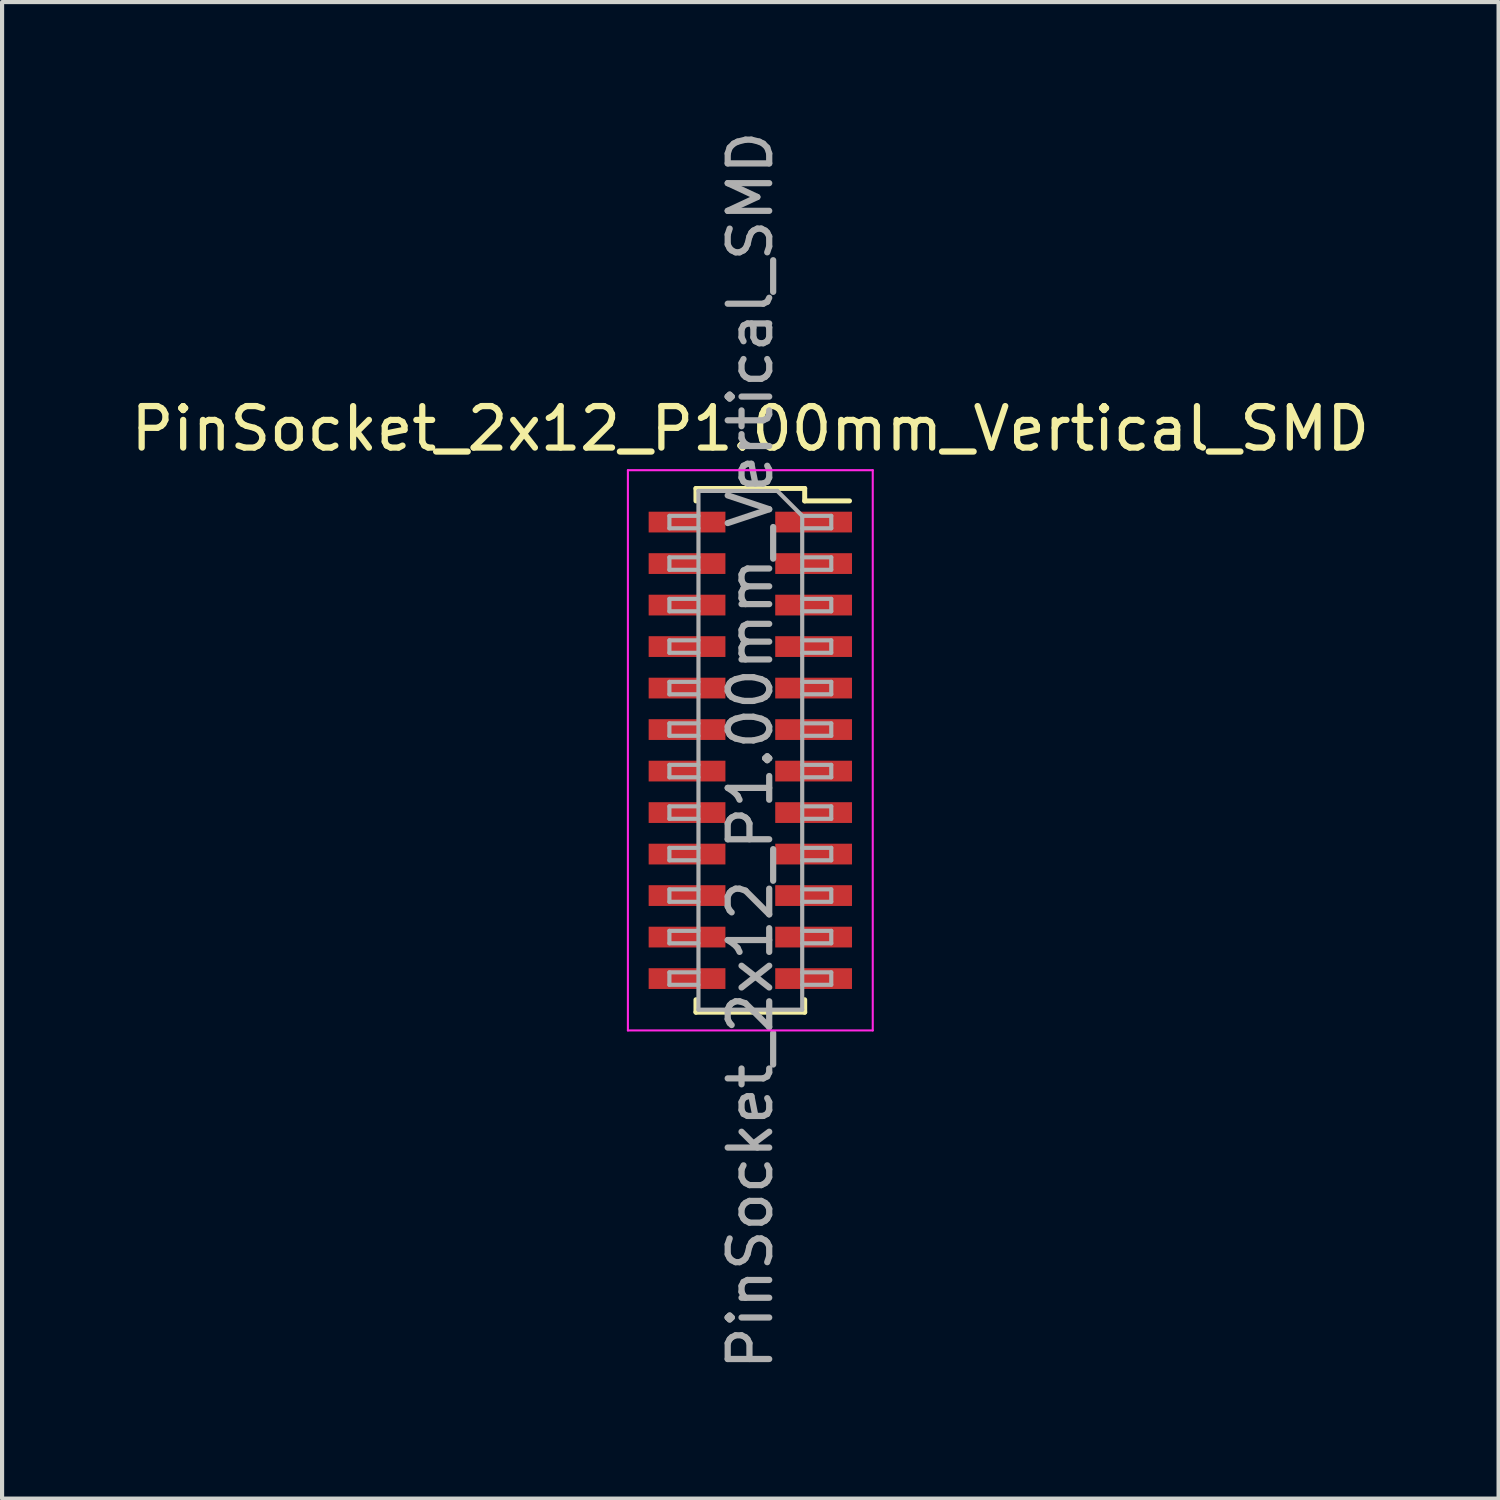
<source format=kicad_pcb>
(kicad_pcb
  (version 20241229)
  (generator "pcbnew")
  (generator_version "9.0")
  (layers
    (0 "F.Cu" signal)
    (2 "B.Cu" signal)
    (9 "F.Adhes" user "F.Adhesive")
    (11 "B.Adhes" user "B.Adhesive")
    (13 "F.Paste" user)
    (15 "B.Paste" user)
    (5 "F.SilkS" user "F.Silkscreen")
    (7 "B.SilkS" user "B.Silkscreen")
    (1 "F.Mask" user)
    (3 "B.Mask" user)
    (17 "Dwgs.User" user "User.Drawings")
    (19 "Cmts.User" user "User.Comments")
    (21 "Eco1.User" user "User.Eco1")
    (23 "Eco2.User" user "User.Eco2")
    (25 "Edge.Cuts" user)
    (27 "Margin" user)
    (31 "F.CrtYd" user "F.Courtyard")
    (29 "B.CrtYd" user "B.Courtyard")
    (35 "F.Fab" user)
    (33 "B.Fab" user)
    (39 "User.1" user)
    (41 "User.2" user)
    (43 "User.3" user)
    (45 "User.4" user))
  (footprint "PinSocket_2x12_P1.00mm_Vertical_SMD"
    (layer "F.Cu")
    (at 15.03 15.03)
    (property "Reference" "PinSocket_2x12_P1.00mm_Vertical_SMD" (at 0 -7.75 0) (layer "F.SilkS") (effects (font (size 1 1) (thickness 0.15))))
    (attr smd)
    (fp_line (start -1.31 -6.31) (end -1.31 -6.01) (stroke (width 0.12) (type solid)) (layer "F.SilkS"))
    (fp_line (start -1.31 -6.31) (end 1.31 -6.31) (stroke (width 0.12) (type solid)) (layer "F.SilkS"))
    (fp_line (start -1.31 6.01) (end -1.31 6.31) (stroke (width 0.12) (type solid)) (layer "F.SilkS"))
    (fp_line (start -1.31 6.31) (end 1.31 6.31) (stroke (width 0.12) (type solid)) (layer "F.SilkS"))
    (fp_line (start 1.31 -6.31) (end 1.31 -6.01) (stroke (width 0.12) (type solid)) (layer "F.SilkS"))
    (fp_line (start 1.31 -6.01) (end 2.39 -6.01) (stroke (width 0.12) (type solid)) (layer "F.SilkS"))
    (fp_line (start 1.31 6.01) (end 1.31 6.31) (stroke (width 0.12) (type solid)) (layer "F.SilkS"))
    (fp_line (start -2.95 -6.75) (end 2.95 -6.75) (stroke (width 0.05) (type solid)) (layer "F.CrtYd"))
    (fp_line (start -2.95 6.75) (end -2.95 -6.75) (stroke (width 0.05) (type solid)) (layer "F.CrtYd"))
    (fp_line (start 2.95 -6.75) (end 2.95 6.75) (stroke (width 0.05) (type solid)) (layer "F.CrtYd"))
    (fp_line (start 2.95 6.75) (end -2.95 6.75) (stroke (width 0.05) (type solid)) (layer "F.CrtYd"))
    (fp_line (start -1.95 -5.65) (end -1.25 -5.65) (stroke (width 0.1) (type solid)) (layer "F.Fab"))
    (fp_line (start -1.95 -5.35) (end -1.95 -5.65) (stroke (width 0.1) (type solid)) (layer "F.Fab"))
    (fp_line (start -1.95 -4.65) (end -1.25 -4.65) (stroke (width 0.1) (type solid)) (layer "F.Fab"))
    (fp_line (start -1.95 -4.35) (end -1.95 -4.65) (stroke (width 0.1) (type solid)) (layer "F.Fab"))
    (fp_line (start -1.95 -3.65) (end -1.25 -3.65) (stroke (width 0.1) (type solid)) (layer "F.Fab"))
    (fp_line (start -1.95 -3.35) (end -1.95 -3.65) (stroke (width 0.1) (type solid)) (layer "F.Fab"))
    (fp_line (start -1.95 -2.65) (end -1.25 -2.65) (stroke (width 0.1) (type solid)) (layer "F.Fab"))
    (fp_line (start -1.95 -2.35) (end -1.95 -2.65) (stroke (width 0.1) (type solid)) (layer "F.Fab"))
    (fp_line (start -1.95 -1.65) (end -1.25 -1.65) (stroke (width 0.1) (type solid)) (layer "F.Fab"))
    (fp_line (start -1.95 -1.35) (end -1.95 -1.65) (stroke (width 0.1) (type solid)) (layer "F.Fab"))
    (fp_line (start -1.95 -0.65) (end -1.25 -0.65) (stroke (width 0.1) (type solid)) (layer "F.Fab"))
    (fp_line (start -1.95 -0.35) (end -1.95 -0.65) (stroke (width 0.1) (type solid)) (layer "F.Fab"))
    (fp_line (start -1.95 0.35) (end -1.25 0.35) (stroke (width 0.1) (type solid)) (layer "F.Fab"))
    (fp_line (start -1.95 0.65) (end -1.95 0.35) (stroke (width 0.1) (type solid)) (layer "F.Fab"))
    (fp_line (start -1.95 1.35) (end -1.25 1.35) (stroke (width 0.1) (type solid)) (layer "F.Fab"))
    (fp_line (start -1.95 1.65) (end -1.95 1.35) (stroke (width 0.1) (type solid)) (layer "F.Fab"))
    (fp_line (start -1.95 2.35) (end -1.25 2.35) (stroke (width 0.1) (type solid)) (layer "F.Fab"))
    (fp_line (start -1.95 2.65) (end -1.95 2.35) (stroke (width 0.1) (type solid)) (layer "F.Fab"))
    (fp_line (start -1.95 3.35) (end -1.25 3.35) (stroke (width 0.1) (type solid)) (layer "F.Fab"))
    (fp_line (start -1.95 3.65) (end -1.95 3.35) (stroke (width 0.1) (type solid)) (layer "F.Fab"))
    (fp_line (start -1.95 4.35) (end -1.25 4.35) (stroke (width 0.1) (type solid)) (layer "F.Fab"))
    (fp_line (start -1.95 4.65) (end -1.95 4.35) (stroke (width 0.1) (type solid)) (layer "F.Fab"))
    (fp_line (start -1.95 5.35) (end -1.25 5.35) (stroke (width 0.1) (type solid)) (layer "F.Fab"))
    (fp_line (start -1.95 5.65) (end -1.95 5.35) (stroke (width 0.1) (type solid)) (layer "F.Fab"))
    (fp_line (start -1.25 -6.25) (end 0.65 -6.25) (stroke (width 0.1) (type solid)) (layer "F.Fab"))
    (fp_line (start -1.25 -5.35) (end -1.95 -5.35) (stroke (width 0.1) (type solid)) (layer "F.Fab"))
    (fp_line (start -1.25 -4.35) (end -1.95 -4.35) (stroke (width 0.1) (type solid)) (layer "F.Fab"))
    (fp_line (start -1.25 -3.35) (end -1.95 -3.35) (stroke (width 0.1) (type solid)) (layer "F.Fab"))
    (fp_line (start -1.25 -2.35) (end -1.95 -2.35) (stroke (width 0.1) (type solid)) (layer "F.Fab"))
    (fp_line (start -1.25 -1.35) (end -1.95 -1.35) (stroke (width 0.1) (type solid)) (layer "F.Fab"))
    (fp_line (start -1.25 -0.35) (end -1.95 -0.35) (stroke (width 0.1) (type solid)) (layer "F.Fab"))
    (fp_line (start -1.25 0.65) (end -1.95 0.65) (stroke (width 0.1) (type solid)) (layer "F.Fab"))
    (fp_line (start -1.25 1.65) (end -1.95 1.65) (stroke (width 0.1) (type solid)) (layer "F.Fab"))
    (fp_line (start -1.25 2.65) (end -1.95 2.65) (stroke (width 0.1) (type solid)) (layer "F.Fab"))
    (fp_line (start -1.25 3.65) (end -1.95 3.65) (stroke (width 0.1) (type solid)) (layer "F.Fab"))
    (fp_line (start -1.25 4.65) (end -1.95 4.65) (stroke (width 0.1) (type solid)) (layer "F.Fab"))
    (fp_line (start -1.25 5.65) (end -1.95 5.65) (stroke (width 0.1) (type solid)) (layer "F.Fab"))
    (fp_line (start -1.25 6.25) (end -1.25 -6.25) (stroke (width 0.1) (type solid)) (layer "F.Fab"))
    (fp_line (start 0.65 -6.25) (end 1.25 -5.65) (stroke (width 0.1) (type solid)) (layer "F.Fab"))
    (fp_line (start 1.25 -5.65) (end 1.25 6.25) (stroke (width 0.1) (type solid)) (layer "F.Fab"))
    (fp_line (start 1.25 -5.65) (end 1.95 -5.65) (stroke (width 0.1) (type solid)) (layer "F.Fab"))
    (fp_line (start 1.25 -4.65) (end 1.95 -4.65) (stroke (width 0.1) (type solid)) (layer "F.Fab"))
    (fp_line (start 1.25 -3.65) (end 1.95 -3.65) (stroke (width 0.1) (type solid)) (layer "F.Fab"))
    (fp_line (start 1.25 -2.65) (end 1.95 -2.65) (stroke (width 0.1) (type solid)) (layer "F.Fab"))
    (fp_line (start 1.25 -1.65) (end 1.95 -1.65) (stroke (width 0.1) (type solid)) (layer "F.Fab"))
    (fp_line (start 1.25 -0.65) (end 1.95 -0.65) (stroke (width 0.1) (type solid)) (layer "F.Fab"))
    (fp_line (start 1.25 0.35) (end 1.95 0.35) (stroke (width 0.1) (type solid)) (layer "F.Fab"))
    (fp_line (start 1.25 1.35) (end 1.95 1.35) (stroke (width 0.1) (type solid)) (layer "F.Fab"))
    (fp_line (start 1.25 2.35) (end 1.95 2.35) (stroke (width 0.1) (type solid)) (layer "F.Fab"))
    (fp_line (start 1.25 3.35) (end 1.95 3.35) (stroke (width 0.1) (type solid)) (layer "F.Fab"))
    (fp_line (start 1.25 4.35) (end 1.95 4.35) (stroke (width 0.1) (type solid)) (layer "F.Fab"))
    (fp_line (start 1.25 5.35) (end 1.95 5.35) (stroke (width 0.1) (type solid)) (layer "F.Fab"))
    (fp_line (start 1.25 6.25) (end -1.25 6.25) (stroke (width 0.1) (type solid)) (layer "F.Fab"))
    (fp_line (start 1.95 -5.65) (end 1.95 -5.35) (stroke (width 0.1) (type solid)) (layer "F.Fab"))
    (fp_line (start 1.95 -5.35) (end 1.25 -5.35) (stroke (width 0.1) (type solid)) (layer "F.Fab"))
    (fp_line (start 1.95 -4.65) (end 1.95 -4.35) (stroke (width 0.1) (type solid)) (layer "F.Fab"))
    (fp_line (start 1.95 -4.35) (end 1.25 -4.35) (stroke (width 0.1) (type solid)) (layer "F.Fab"))
    (fp_line (start 1.95 -3.65) (end 1.95 -3.35) (stroke (width 0.1) (type solid)) (layer "F.Fab"))
    (fp_line (start 1.95 -3.35) (end 1.25 -3.35) (stroke (width 0.1) (type solid)) (layer "F.Fab"))
    (fp_line (start 1.95 -2.65) (end 1.95 -2.35) (stroke (width 0.1) (type solid)) (layer "F.Fab"))
    (fp_line (start 1.95 -2.35) (end 1.25 -2.35) (stroke (width 0.1) (type solid)) (layer "F.Fab"))
    (fp_line (start 1.95 -1.65) (end 1.95 -1.35) (stroke (width 0.1) (type solid)) (layer "F.Fab"))
    (fp_line (start 1.95 -1.35) (end 1.25 -1.35) (stroke (width 0.1) (type solid)) (layer "F.Fab"))
    (fp_line (start 1.95 -0.65) (end 1.95 -0.35) (stroke (width 0.1) (type solid)) (layer "F.Fab"))
    (fp_line (start 1.95 -0.35) (end 1.25 -0.35) (stroke (width 0.1) (type solid)) (layer "F.Fab"))
    (fp_line (start 1.95 0.35) (end 1.95 0.65) (stroke (width 0.1) (type solid)) (layer "F.Fab"))
    (fp_line (start 1.95 0.65) (end 1.25 0.65) (stroke (width 0.1) (type solid)) (layer "F.Fab"))
    (fp_line (start 1.95 1.35) (end 1.95 1.65) (stroke (width 0.1) (type solid)) (layer "F.Fab"))
    (fp_line (start 1.95 1.65) (end 1.25 1.65) (stroke (width 0.1) (type solid)) (layer "F.Fab"))
    (fp_line (start 1.95 2.35) (end 1.95 2.65) (stroke (width 0.1) (type solid)) (layer "F.Fab"))
    (fp_line (start 1.95 2.65) (end 1.25 2.65) (stroke (width 0.1) (type solid)) (layer "F.Fab"))
    (fp_line (start 1.95 3.35) (end 1.95 3.65) (stroke (width 0.1) (type solid)) (layer "F.Fab"))
    (fp_line (start 1.95 3.65) (end 1.25 3.65) (stroke (width 0.1) (type solid)) (layer "F.Fab"))
    (fp_line (start 1.95 4.35) (end 1.95 4.65) (stroke (width 0.1) (type solid)) (layer "F.Fab"))
    (fp_line (start 1.95 4.65) (end 1.25 4.65) (stroke (width 0.1) (type solid)) (layer "F.Fab"))
    (fp_line (start 1.95 5.35) (end 1.95 5.65) (stroke (width 0.1) (type solid)) (layer "F.Fab"))
    (fp_line (start 1.95 5.65) (end 1.25 5.65) (stroke (width 0.1) (type solid)) (layer "F.Fab"))
    (fp_text user "${REFERENCE}" (at 0 0 90) (layer "F.Fab") (effects (font (size 1 1) (thickness 0.15))))
    (pad "1" smd rect (at 1.525 -5.5) (size 1.85 0.5) (layers "F.Cu" "F.Mask" "F.Paste"))
    (pad "2" smd rect (at -1.525 -5.5) (size 1.85 0.5) (layers "F.Cu" "F.Mask" "F.Paste"))
    (pad "3" smd rect (at 1.525 -4.5) (size 1.85 0.5) (layers "F.Cu" "F.Mask" "F.Paste"))
    (pad "4" smd rect (at -1.525 -4.5) (size 1.85 0.5) (layers "F.Cu" "F.Mask" "F.Paste"))
    (pad "5" smd rect (at 1.525 -3.5) (size 1.85 0.5) (layers "F.Cu" "F.Mask" "F.Paste"))
    (pad "6" smd rect (at -1.525 -3.5) (size 1.85 0.5) (layers "F.Cu" "F.Mask" "F.Paste"))
    (pad "7" smd rect (at 1.525 -2.5) (size 1.85 0.5) (layers "F.Cu" "F.Mask" "F.Paste"))
    (pad "8" smd rect (at -1.525 -2.5) (size 1.85 0.5) (layers "F.Cu" "F.Mask" "F.Paste"))
    (pad "9" smd rect (at 1.525 -1.5) (size 1.85 0.5) (layers "F.Cu" "F.Mask" "F.Paste"))
    (pad "10" smd rect (at -1.525 -1.5) (size 1.85 0.5) (layers "F.Cu" "F.Mask" "F.Paste"))
    (pad "11" smd rect (at 1.525 -0.5) (size 1.85 0.5) (layers "F.Cu" "F.Mask" "F.Paste"))
    (pad "12" smd rect (at -1.525 -0.5) (size 1.85 0.5) (layers "F.Cu" "F.Mask" "F.Paste"))
    (pad "13" smd rect (at 1.525 0.5) (size 1.85 0.5) (layers "F.Cu" "F.Mask" "F.Paste"))
    (pad "14" smd rect (at -1.525 0.5) (size 1.85 0.5) (layers "F.Cu" "F.Mask" "F.Paste"))
    (pad "15" smd rect (at 1.525 1.5) (size 1.85 0.5) (layers "F.Cu" "F.Mask" "F.Paste"))
    (pad "16" smd rect (at -1.525 1.5) (size 1.85 0.5) (layers "F.Cu" "F.Mask" "F.Paste"))
    (pad "17" smd rect (at 1.525 2.5) (size 1.85 0.5) (layers "F.Cu" "F.Mask" "F.Paste"))
    (pad "18" smd rect (at -1.525 2.5) (size 1.85 0.5) (layers "F.Cu" "F.Mask" "F.Paste"))
    (pad "19" smd rect (at 1.525 3.5) (size 1.85 0.5) (layers "F.Cu" "F.Mask" "F.Paste"))
    (pad "20" smd rect (at -1.525 3.5) (size 1.85 0.5) (layers "F.Cu" "F.Mask" "F.Paste"))
    (pad "21" smd rect (at 1.525 4.5) (size 1.85 0.5) (layers "F.Cu" "F.Mask" "F.Paste"))
    (pad "22" smd rect (at -1.525 4.5) (size 1.85 0.5) (layers "F.Cu" "F.Mask" "F.Paste"))
    (pad "23" smd rect (at 1.525 5.5) (size 1.85 0.5) (layers "F.Cu" "F.Mask" "F.Paste"))
    (pad "24" smd rect (at -1.525 5.5) (size 1.85 0.5) (layers "F.Cu" "F.Mask" "F.Paste")))
  (gr_rect
    (start -3 -3)
    (end 33.06 33.06)
    (stroke (width 0.1) (type default))
    (fill no)
    (layer "Edge.Cuts")))
</source>
